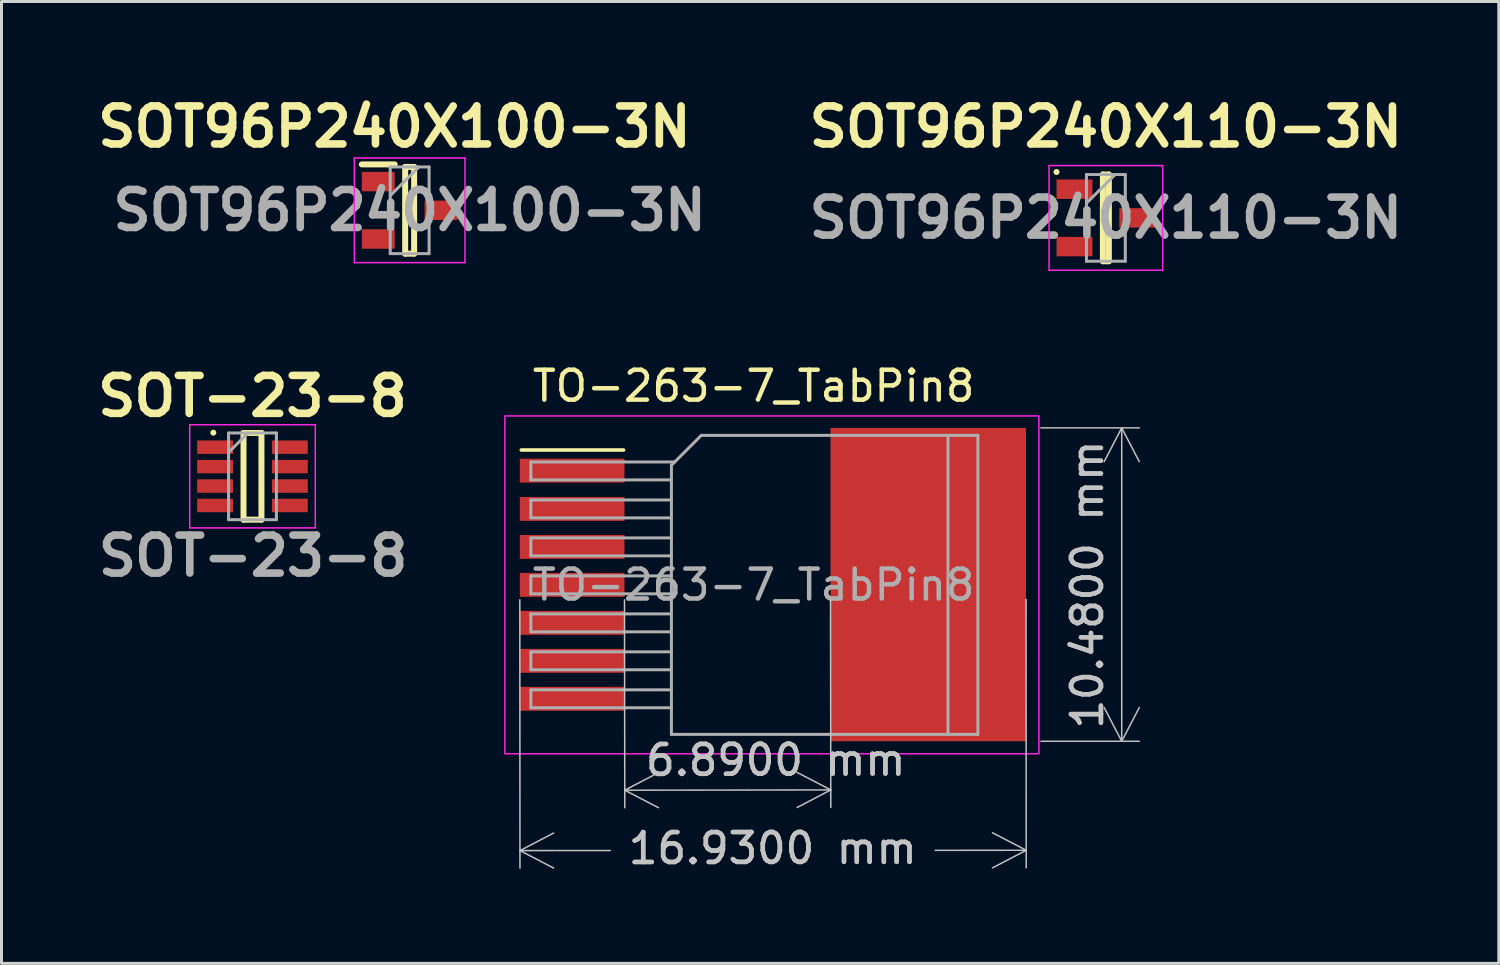
<source format=kicad_pcb>
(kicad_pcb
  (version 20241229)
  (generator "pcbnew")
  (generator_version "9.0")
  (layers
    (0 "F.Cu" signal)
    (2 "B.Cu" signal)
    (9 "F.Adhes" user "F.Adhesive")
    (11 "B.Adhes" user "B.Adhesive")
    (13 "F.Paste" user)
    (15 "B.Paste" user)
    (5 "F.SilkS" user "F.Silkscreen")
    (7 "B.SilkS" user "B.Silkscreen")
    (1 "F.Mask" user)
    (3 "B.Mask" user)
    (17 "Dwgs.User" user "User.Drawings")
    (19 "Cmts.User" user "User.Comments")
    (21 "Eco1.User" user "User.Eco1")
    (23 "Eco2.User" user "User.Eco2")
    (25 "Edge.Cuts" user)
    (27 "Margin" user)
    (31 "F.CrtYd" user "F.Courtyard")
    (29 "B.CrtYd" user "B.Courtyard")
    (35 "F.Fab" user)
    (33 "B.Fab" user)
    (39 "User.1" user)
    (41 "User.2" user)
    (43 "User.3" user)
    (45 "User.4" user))
  (footprint "SOT96P240X100-3N"
    (layer "F.Cu")
    (at 10.65 3.983)
    (property "Reference" "SOT96P240X100-3N" (at -0.508 -2.794 0) (layer "F.SilkS") (effects (font (size 1.27 1.27) (thickness 0.254))))
    (attr smd)
    (fp_line (start -1.6 -1.535) (end -0.5 -1.535) (stroke (width 0.2) (type solid)) (layer "F.SilkS"))
    (fp_line (start -0.15 -1.45) (end 0.15 -1.45) (stroke (width 0.2) (type solid)) (layer "F.SilkS"))
    (fp_line (start -0.15 1.45) (end -0.15 -1.45) (stroke (width 0.2) (type solid)) (layer "F.SilkS"))
    (fp_line (start 0.15 -1.45) (end 0.15 1.45) (stroke (width 0.2) (type solid)) (layer "F.SilkS"))
    (fp_line (start 0.15 1.45) (end -0.15 1.45) (stroke (width 0.2) (type solid)) (layer "F.SilkS"))
    (fp_line (start -1.85 -1.75) (end 1.85 -1.75) (stroke (width 0.05) (type solid)) (layer "F.CrtYd"))
    (fp_line (start -1.85 1.75) (end -1.85 -1.75) (stroke (width 0.05) (type solid)) (layer "F.CrtYd"))
    (fp_line (start 1.85 -1.75) (end 1.85 1.75) (stroke (width 0.05) (type solid)) (layer "F.CrtYd"))
    (fp_line (start 1.85 1.75) (end -1.85 1.75) (stroke (width 0.05) (type solid)) (layer "F.CrtYd"))
    (fp_line (start -0.65 -1.45) (end 0.65 -1.45) (stroke (width 0.1) (type solid)) (layer "F.Fab"))
    (fp_line (start -0.65 -0.49) (end 0.31 -1.45) (stroke (width 0.1) (type solid)) (layer "F.Fab"))
    (fp_line (start -0.65 1.45) (end -0.65 -1.45) (stroke (width 0.1) (type solid)) (layer "F.Fab"))
    (fp_line (start 0.65 -1.45) (end 0.65 1.45) (stroke (width 0.1) (type solid)) (layer "F.Fab"))
    (fp_line (start 0.65 1.45) (end -0.65 1.45) (stroke (width 0.1) (type solid)) (layer "F.Fab"))
    (fp_text user "${REFERENCE}" (at 0 0 0) (layer "F.Fab") (effects (font (size 1.27 1.27) (thickness 0.254))))
    (pad "1" smd rect (at -1.05 -0.96 90) (size 0.65 1.1) (layers "F.Cu" "F.Mask" "F.Paste"))
    (pad "2" smd rect (at -1.05 0.96 90) (size 0.65 1.1) (layers "F.Cu" "F.Mask" "F.Paste"))
    (pad "3" smd rect (at 1.05 0 90) (size 0.65 1.1) (layers "F.Cu" "F.Mask" "F.Paste")))
  (footprint "SOT96P240X110-3N"
    (layer "F.Cu")
    (at 33.934 4.237)
    (property "Reference" "SOT96P240X110-3N" (at 0 -3.048 0) (layer "F.SilkS") (effects (font (size 1.27 1.27) (thickness 0.254))))
    (attr smd)
    (fp_line (start -1.65 -1.535) (end -1.651 -1.535) (stroke (width 0.2) (type solid)) (layer "F.SilkS"))
    (fp_line (start -0.1 -1.45) (end 0.1 -1.45) (stroke (width 0.2) (type solid)) (layer "F.SilkS"))
    (fp_line (start -0.1 1.45) (end -0.1 -1.45) (stroke (width 0.2) (type solid)) (layer "F.SilkS"))
    (fp_line (start 0.1 -1.45) (end 0.1 1.45) (stroke (width 0.2) (type solid)) (layer "F.SilkS"))
    (fp_line (start 0.1 1.45) (end -0.1 1.45) (stroke (width 0.2) (type solid)) (layer "F.SilkS"))
    (fp_line (start -1.9 -1.75) (end 1.9 -1.75) (stroke (width 0.05) (type solid)) (layer "F.CrtYd"))
    (fp_line (start -1.9 1.75) (end -1.9 -1.75) (stroke (width 0.05) (type solid)) (layer "F.CrtYd"))
    (fp_line (start 1.9 -1.75) (end 1.9 1.75) (stroke (width 0.05) (type solid)) (layer "F.CrtYd"))
    (fp_line (start 1.9 1.75) (end -1.9 1.75) (stroke (width 0.05) (type solid)) (layer "F.CrtYd"))
    (fp_line (start -0.65 -1.45) (end 0.65 -1.45) (stroke (width 0.1) (type solid)) (layer "F.Fab"))
    (fp_line (start -0.65 -0.49) (end 0.31 -1.45) (stroke (width 0.1) (type solid)) (layer "F.Fab"))
    (fp_line (start -0.65 1.45) (end -0.65 -1.45) (stroke (width 0.1) (type solid)) (layer "F.Fab"))
    (fp_line (start 0.65 -1.45) (end 0.65 1.45) (stroke (width 0.1) (type solid)) (layer "F.Fab"))
    (fp_line (start 0.65 1.45) (end -0.65 1.45) (stroke (width 0.1) (type solid)) (layer "F.Fab"))
    (fp_text user "${REFERENCE}" (at 0 0 0) (layer "F.Fab") (effects (font (size 1.27 1.27) (thickness 0.254))))
    (pad "1" smd rect (at -1.05 -0.96 90) (size 0.65 1.2) (layers "F.Cu" "F.Mask" "F.Paste"))
    (pad "2" smd rect (at -1.05 0.96 90) (size 0.65 1.2) (layers "F.Cu" "F.Mask" "F.Paste"))
    (pad "3" smd rect (at 1.05 0 90) (size 0.65 1.2) (layers "F.Cu" "F.Mask" "F.Paste")))
  (footprint "TO-263-7_TabPin8"
    (layer "F.Cu")
    (at 22.154 16.51)
    (property "Reference" "TO-263-7_TabPin8" (at 0 -6.65 0) (layer "F.SilkS") (effects (font (size 1 1) (thickness 0.15))))
    (attr smd)
    (fp_line (start -4.35 -4.51) (end -7.77 -4.51) (stroke (width 0.12) (type solid)) (layer "F.SilkS"))
    (fp_rect (start -8.32 -5.65) (end 9.54 5.65) (stroke (width 0.05) (type default)) (fill no) (layer "F.CrtYd"))
    (fp_line (start -7.45 -4.11) (end -7.45 -3.51) (stroke (width 0.1) (type solid)) (layer "F.Fab"))
    (fp_line (start -7.45 -3.51) (end -2.75 -3.51) (stroke (width 0.1) (type solid)) (layer "F.Fab"))
    (fp_line (start -7.45 -2.84) (end -7.45 -2.24) (stroke (width 0.1) (type solid)) (layer "F.Fab"))
    (fp_line (start -7.45 -2.24) (end -2.75 -2.24) (stroke (width 0.1) (type solid)) (layer "F.Fab"))
    (fp_line (start -7.45 -1.57) (end -7.45 -0.97) (stroke (width 0.1) (type solid)) (layer "F.Fab"))
    (fp_line (start -7.45 -0.97) (end -2.75 -0.97) (stroke (width 0.1) (type solid)) (layer "F.Fab"))
    (fp_line (start -7.45 -0.3) (end -7.45 0.3) (stroke (width 0.1) (type solid)) (layer "F.Fab"))
    (fp_line (start -7.45 0.3) (end -2.75 0.3) (stroke (width 0.1) (type solid)) (layer "F.Fab"))
    (fp_line (start -7.45 0.97) (end -7.45 1.57) (stroke (width 0.1) (type solid)) (layer "F.Fab"))
    (fp_line (start -7.45 1.57) (end -2.75 1.57) (stroke (width 0.1) (type solid)) (layer "F.Fab"))
    (fp_line (start -7.45 2.24) (end -7.45 2.84) (stroke (width 0.1) (type solid)) (layer "F.Fab"))
    (fp_line (start -7.45 2.84) (end -2.75 2.84) (stroke (width 0.1) (type solid)) (layer "F.Fab"))
    (fp_line (start -7.45 3.51) (end -7.45 4.11) (stroke (width 0.1) (type solid)) (layer "F.Fab"))
    (fp_line (start -7.45 4.11) (end -2.75 4.11) (stroke (width 0.1) (type solid)) (layer "F.Fab"))
    (fp_line (start -2.75 -4) (end -1.75 -5) (stroke (width 0.1) (type solid)) (layer "F.Fab"))
    (fp_line (start -2.75 -2.84) (end -7.45 -2.84) (stroke (width 0.1) (type solid)) (layer "F.Fab"))
    (fp_line (start -2.75 -1.57) (end -7.45 -1.57) (stroke (width 0.1) (type solid)) (layer "F.Fab"))
    (fp_line (start -2.75 -0.3) (end -7.45 -0.3) (stroke (width 0.1) (type solid)) (layer "F.Fab"))
    (fp_line (start -2.75 0.97) (end -7.45 0.97) (stroke (width 0.1) (type solid)) (layer "F.Fab"))
    (fp_line (start -2.75 2.24) (end -7.45 2.24) (stroke (width 0.1) (type solid)) (layer "F.Fab"))
    (fp_line (start -2.75 3.51) (end -7.45 3.51) (stroke (width 0.1) (type solid)) (layer "F.Fab"))
    (fp_line (start -2.75 5) (end -2.75 -4) (stroke (width 0.1) (type solid)) (layer "F.Fab"))
    (fp_line (start -2.64 -4.11) (end -7.45 -4.11) (stroke (width 0.1) (type solid)) (layer "F.Fab"))
    (fp_line (start -1.75 -5) (end 6.5 -5) (stroke (width 0.1) (type solid)) (layer "F.Fab"))
    (fp_line (start 6.5 -5) (end 6.5 5) (stroke (width 0.1) (type solid)) (layer "F.Fab"))
    (fp_line (start 6.5 -5) (end 7.5 -5) (stroke (width 0.1) (type solid)) (layer "F.Fab"))
    (fp_line (start 6.5 5) (end -2.75 5) (stroke (width 0.1) (type solid)) (layer "F.Fab"))
    (fp_line (start 7.5 -5) (end 7.5 5) (stroke (width 0.1) (type solid)) (layer "F.Fab"))
    (fp_line (start 7.5 5) (end 6.5 5) (stroke (width 0.1) (type solid)) (layer "F.Fab"))
    (fp_text user "${REFERENCE}" (at 0 0 0) (layer "F.Fab") (effects (font (size 1 1) (thickness 0.15))))
    (dimension (type aligned) (layer "Dwgs.User") (pts (xy 14.334 16.51) (xy 31.264 16.5)) (height 8.886) (format (prefix "") (suffix "") (units 3) (units_format 1) (precision 4)) (style (thickness 0.05) (arrow_length 1.27) (text_position_mode 2) (arrow_direction outward) (extension_height 0.586) (extension_offset 0.5) (keep_text_aligned yes)) (gr_text "16.9300 mm" (at 22.794 25.32 0.034) (layer "Dwgs.User") (effects (font (size 1 1) (thickness 0.15)))))
    (dimension (type aligned) (layer "Dwgs.User") (pts (xy 17.834 16.51) (xy 24.724 16.5)) (height 6.867) (format (prefix "") (suffix "") (units 3) (units_format 1) (precision 4)) (style (thickness 0.05) (arrow_length 1.27) (text_position_mode 2) (arrow_direction outward) (extension_height 0.586) (extension_offset 0.5) (keep_text_aligned yes)) (gr_text "6.8900 mm" (at 22.894 22.37 0.083) (layer "Dwgs.User") (effects (font (size 1 1) (thickness 0.15)))))
    (dimension (type aligned) (layer "Dwgs.User") (pts (xy 31.264 11.26) (xy 31.264 21.74)) (height -3.2) (format (prefix "") (suffix "") (units 3) (units_format 1) (precision 4)) (style (thickness 0.05) (arrow_length 1.27) (text_position_mode 0) (arrow_direction outward) (extension_height 0.586) (extension_offset 0.5) (keep_text_aligned yes)) (gr_text "10.4800 mm" (at 33.314 16.5 90) (layer "Dwgs.User") (effects (font (size 1 1) (thickness 0.15)))))
    (pad "" smd rect (at 4.23 -2.62) (size 3.178 5.165) (layers "F.Paste"))
    (pad "" smd rect (at 4.23 2.62) (size 3.178 5.165) (layers "F.Paste"))
    (pad "" smd rect (at 7.48 -2.62) (size 3.178 5.165) (layers "F.Paste"))
    (pad "" smd rect (at 7.48 2.62) (size 3.178 5.165) (layers "F.Paste"))
    (pad "1" smd rect (at -6.07 -3.82) (size 3.5 0.8) (layers "F.Cu" "F.Mask" "F.Paste"))
    (pad "2" smd rect (at -6.07 -2.54) (size 3.5 0.8) (layers "F.Cu" "F.Mask" "F.Paste"))
    (pad "3" smd rect (at -6.07 -1.27) (size 3.5 0.8) (layers "F.Cu" "F.Mask" "F.Paste"))
    (pad "3" smd rect (at -6.07 0) (size 3.5 0.8) (layers "F.Cu" "F.Mask" "F.Paste"))
    (pad "3" smd rect (at -6.07 1.27) (size 3.5 0.8) (layers "F.Cu" "F.Mask" "F.Paste"))
    (pad "3" smd rect (at -6.07 2.54) (size 3.5 0.8) (layers "F.Cu" "F.Mask" "F.Paste"))
    (pad "3" smd rect (at -6.07 3.81) (size 3.5 0.8) (layers "F.Cu" "F.Mask" "F.Paste"))
    (pad "4" smd rect (at 5.84 -0.01) (size 6.54 10.48) (layers "F.Cu" "F.Mask" "F.Paste")))
  (footprint "SOT-23-8"
    (layer "F.Cu")
    (at 5.394 12.88)
    (property "Reference" "SOT-23-8" (at 0 -2.68 0) (layer "F.SilkS") (effects (font (size 1.27 1.27) (thickness 0.254))))
    (attr smd)
    (fp_line (start -1.31 -1.46) (end -1.31 -1.46) (stroke (width 0.2) (type solid)) (layer "F.SilkS"))
    (fp_line (start -0.3 -1.45) (end 0.3 -1.45) (stroke (width 0.2) (type solid)) (layer "F.SilkS"))
    (fp_line (start -0.3 1.45) (end -0.3 -1.45) (stroke (width 0.2) (type solid)) (layer "F.SilkS"))
    (fp_line (start 0.3 -1.45) (end 0.3 1.45) (stroke (width 0.2) (type solid)) (layer "F.SilkS"))
    (fp_line (start 0.3 1.45) (end -0.3 1.45) (stroke (width 0.2) (type solid)) (layer "F.SilkS"))
    (fp_line (start -2.1 -1.725) (end 2.1 -1.725) (stroke (width 0.05) (type solid)) (layer "F.CrtYd"))
    (fp_line (start -2.1 1.725) (end -2.1 -1.725) (stroke (width 0.05) (type solid)) (layer "F.CrtYd"))
    (fp_line (start 2.1 -1.725) (end 2.1 1.725) (stroke (width 0.05) (type solid)) (layer "F.CrtYd"))
    (fp_line (start 2.1 1.725) (end -2.1 1.725) (stroke (width 0.05) (type solid)) (layer "F.CrtYd"))
    (fp_line (start -0.8 -1.45) (end 0.8 -1.45) (stroke (width 0.1) (type solid)) (layer "F.Fab"))
    (fp_line (start -0.8 -0.8) (end -0.15 -1.45) (stroke (width 0.1) (type solid)) (layer "F.Fab"))
    (fp_line (start -0.8 1.45) (end -0.8 -1.45) (stroke (width 0.1) (type solid)) (layer "F.Fab"))
    (fp_line (start 0.8 -1.45) (end 0.8 1.45) (stroke (width 0.1) (type solid)) (layer "F.Fab"))
    (fp_line (start 0.8 1.45) (end -0.8 1.45) (stroke (width 0.1) (type solid)) (layer "F.Fab"))
    (fp_text user "${REFERENCE}" (at 0.02 2.66 0) (layer "F.Fab") (effects (font (size 1.27 1.27) (thickness 0.254))))
    (pad "1" smd rect (at -1.25 -0.975 90) (size 0.45 1.2) (layers "F.Cu" "F.Mask" "F.Paste"))
    (pad "2" smd rect (at -1.25 -0.325 90) (size 0.45 1.2) (layers "F.Cu" "F.Mask" "F.Paste"))
    (pad "3" smd rect (at -1.25 0.325 90) (size 0.45 1.2) (layers "F.Cu" "F.Mask" "F.Paste"))
    (pad "4" smd rect (at -1.25 0.975 90) (size 0.45 1.2) (layers "F.Cu" "F.Mask" "F.Paste"))
    (pad "5" smd rect (at 1.25 0.975 90) (size 0.45 1.2) (layers "F.Cu" "F.Mask" "F.Paste"))
    (pad "6" smd rect (at 1.25 0.325 90) (size 0.45 1.2) (layers "F.Cu" "F.Mask" "F.Paste"))
    (pad "7" smd rect (at 1.25 -0.325 90) (size 0.45 1.2) (layers "F.Cu" "F.Mask" "F.Paste"))
    (pad "8" smd rect (at 1.25 -0.975 90) (size 0.45 1.2) (layers "F.Cu" "F.Mask" "F.Paste")))
  (gr_rect
    (start -3 -3)
    (end 47.075 29.168)
    (stroke (width 0.1) (type default))
    (fill no)
    (layer "Edge.Cuts")))
</source>
